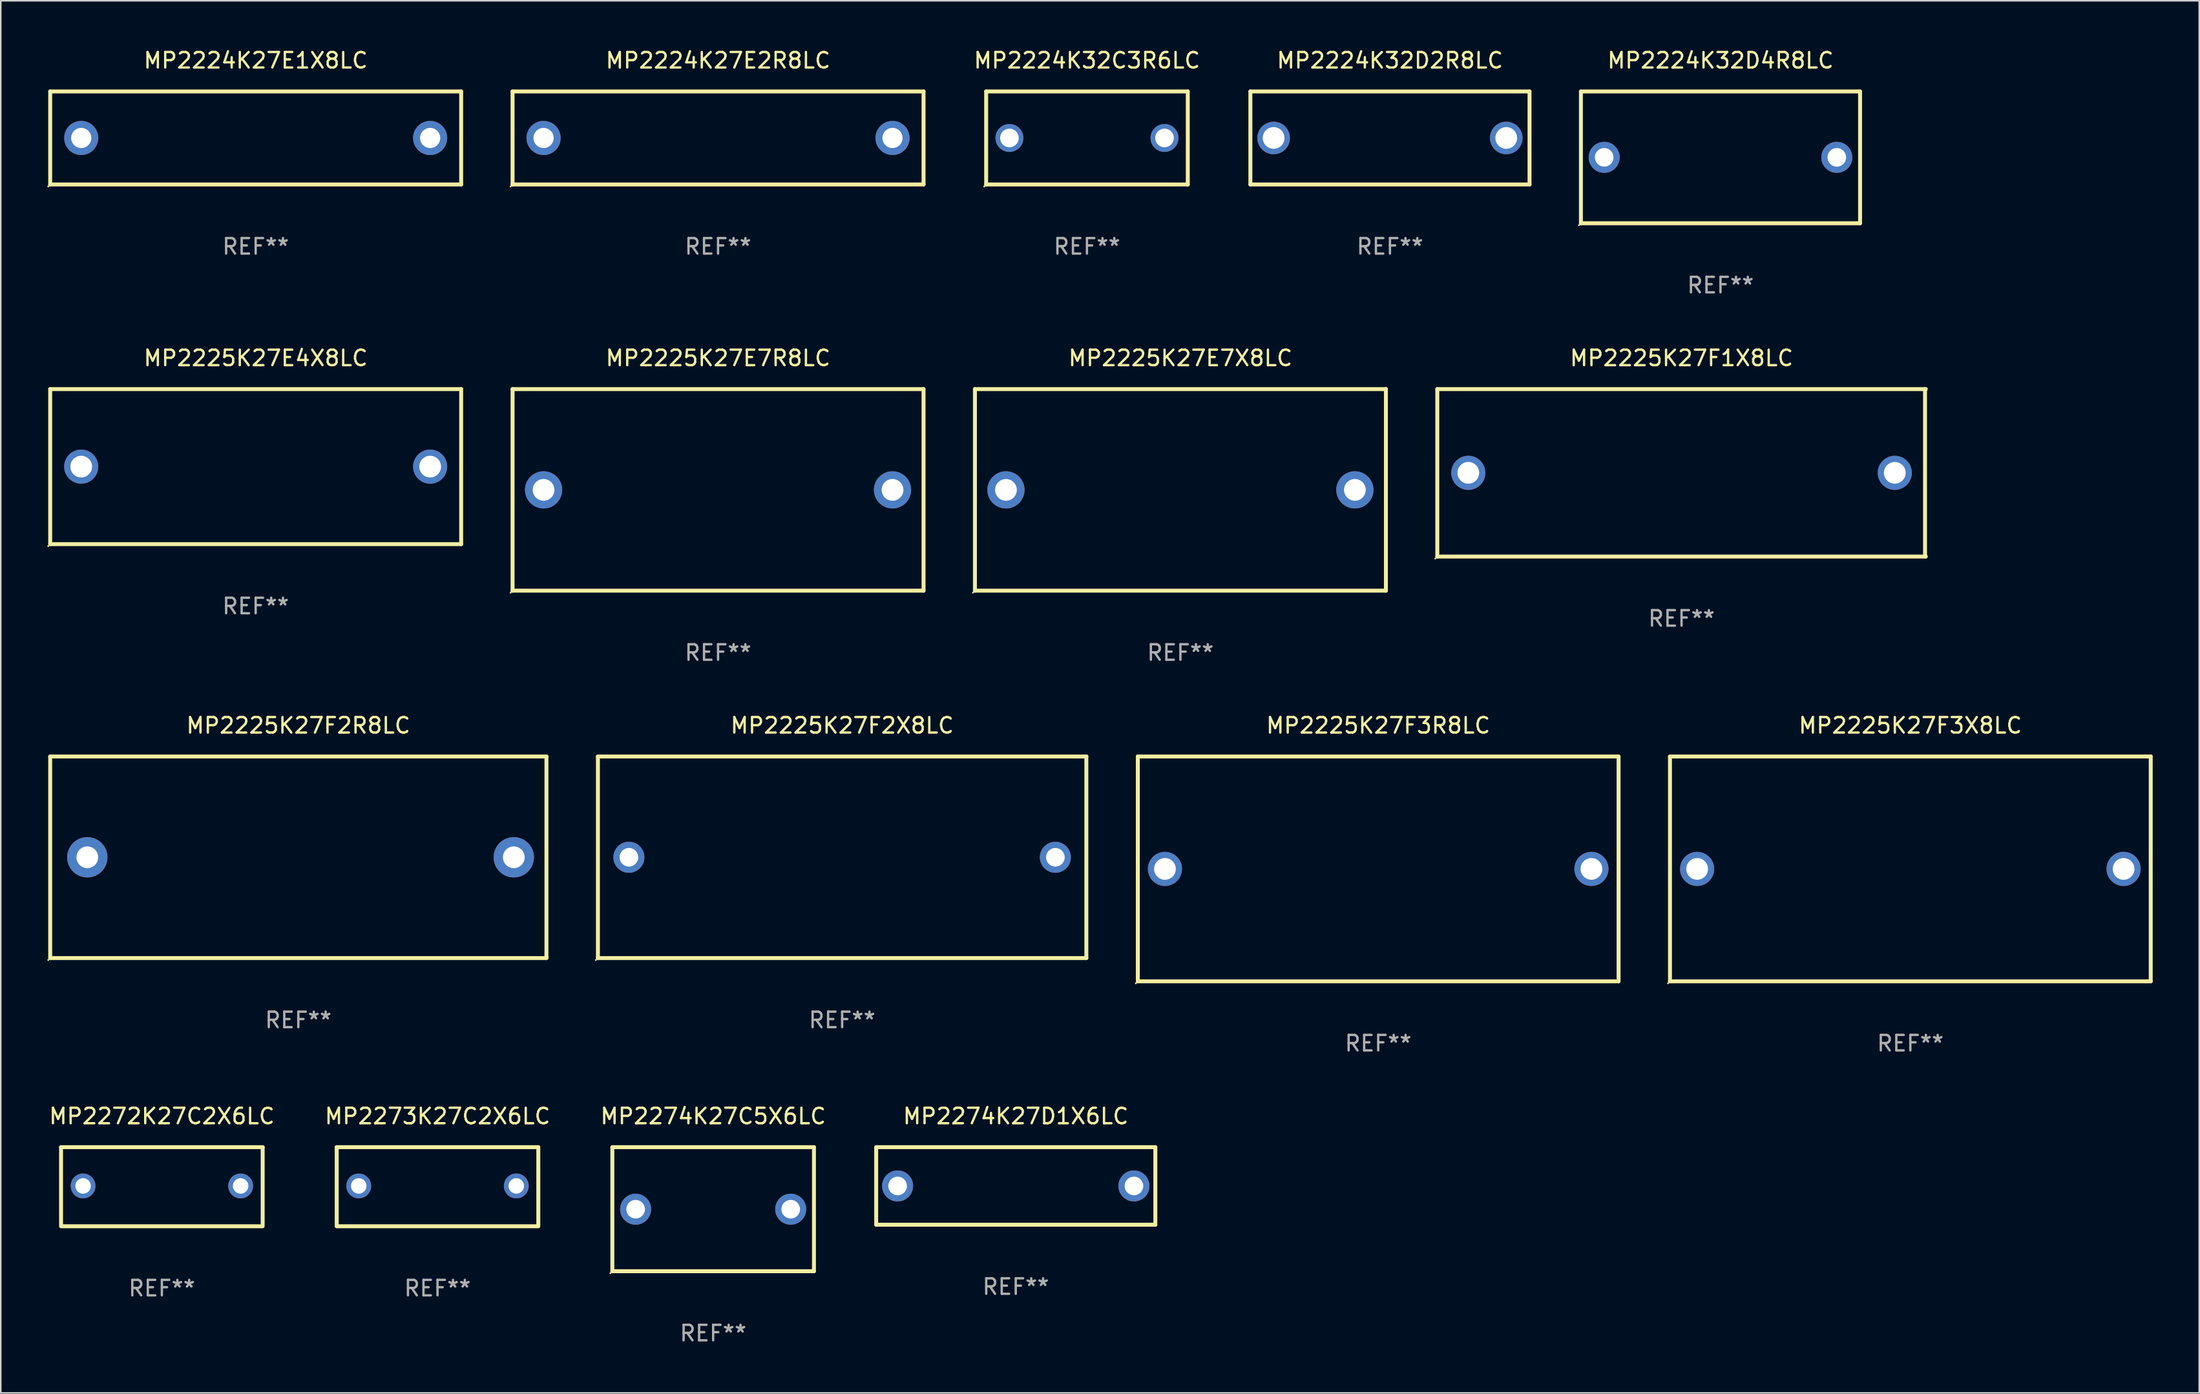
<source format=kicad_pcb>
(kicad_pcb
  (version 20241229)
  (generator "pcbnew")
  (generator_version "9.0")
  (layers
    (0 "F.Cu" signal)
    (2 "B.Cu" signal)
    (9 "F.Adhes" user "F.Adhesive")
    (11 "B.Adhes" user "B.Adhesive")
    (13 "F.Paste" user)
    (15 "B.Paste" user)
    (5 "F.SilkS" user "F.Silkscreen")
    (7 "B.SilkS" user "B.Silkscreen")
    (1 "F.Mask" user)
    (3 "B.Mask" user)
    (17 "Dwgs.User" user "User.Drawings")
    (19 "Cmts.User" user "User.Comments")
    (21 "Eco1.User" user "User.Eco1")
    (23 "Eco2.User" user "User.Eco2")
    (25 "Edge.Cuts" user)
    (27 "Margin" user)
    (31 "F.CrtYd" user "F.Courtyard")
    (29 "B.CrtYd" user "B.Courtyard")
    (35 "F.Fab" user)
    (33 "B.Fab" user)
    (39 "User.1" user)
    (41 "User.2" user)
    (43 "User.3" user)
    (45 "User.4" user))
  (footprint "MP2225K27F1X8LC"
    (layer "F.Cu")
    (at 105.379 27.445)
    (property "Reference" "MP2225K27F1X8LC" (at 0 -7.4 0) (layer "F.SilkS") (effects (font (size 1 1) (thickness 0.15))))
    (attr through_hole)
    (fp_line (start -15.75 -5.4) (end 15.75 -5.4) (stroke (width 0.254) (type solid)) (layer "F.SilkS"))
    (fp_line (start -15.75 5.4) (end -15.75 -5.4) (stroke (width 0.254) (type solid)) (layer "F.SilkS"))
    (fp_line (start 15.7 -5.4) (end 15.7 5.4) (stroke (width 0.254) (type solid)) (layer "F.SilkS"))
    (fp_line (start 15.75 5.4) (end -15.75 5.4) (stroke (width 0.254) (type solid)) (layer "F.SilkS"))
    (fp_circle (center -15.877 5.527) (end -15.847 5.527) (stroke (width 0.06) (type solid)) (fill no) (layer "F.SilkS"))
    (fp_text user "REF**" (at 0 9.4 0) (layer "F.Fab") (effects (font (size 1 1) (thickness 0.15))))
    (pad "1" thru_hole circle (at -13.75 0) (size 2.2 2.2) (drill 1.4) (layers "*.Cu" "*.Mask"))
    (pad "2" thru_hole circle (at 13.75 0) (size 2.2 2.2) (drill 1.4) (layers "*.Cu" "*.Mask")))
  (footprint "MP2225K27F2R8LC"
    (layer "F.Cu")
    (at 16.186 52.241)
    (property "Reference" "MP2225K27F2R8LC" (at 0 -8.5 0) (layer "F.SilkS") (effects (font (size 1 1) (thickness 0.15))))
    (attr through_hole)
    (fp_line (start -15.999 -6.5) (end -15.999 6.5) (stroke (width 0.254) (type solid)) (layer "F.SilkS"))
    (fp_line (start -15.999 -6.5) (end 15.999 -6.5) (stroke (width 0.254) (type solid)) (layer "F.SilkS"))
    (fp_line (start 15.999 -6.5) (end 15.999 6.5) (stroke (width 0.254) (type solid)) (layer "F.SilkS"))
    (fp_line (start 15.999 6.5) (end -15.999 6.5) (stroke (width 0.254) (type solid)) (layer "F.SilkS"))
    (fp_circle (center -16.126 6.627) (end -16.096 6.627) (stroke (width 0.06) (type solid)) (fill no) (layer "F.SilkS"))
    (fp_text user "REF**" (at 0 10.5 0) (layer "F.Fab") (effects (font (size 1 1) (thickness 0.15))))
    (pad "1" thru_hole circle (at -13.606 0) (size 2.6 2.6) (drill 1.4) (layers "*.Cu" "*.Mask"))
    (pad "2" thru_hole circle (at 13.894 0) (size 2.6 2.6) (drill 1.4) (layers "*.Cu" "*.Mask")))
  (footprint "MP2224K32C3R6LC"
    (layer "F.Cu")
    (at 67.039 5.848)
    (property "Reference" "MP2224K32C3R6LC" (at 0 -5 0) (layer "F.SilkS") (effects (font (size 1 1) (thickness 0.15))))
    (attr through_hole)
    (fp_line (start -6.5 -3) (end 6.5 -3) (stroke (width 0.254) (type solid)) (layer "F.SilkS"))
    (fp_line (start -6.5 3) (end -6.5 -3) (stroke (width 0.254) (type solid)) (layer "F.SilkS"))
    (fp_line (start -6.5 3) (end 6.5 3) (stroke (width 0.254) (type solid)) (layer "F.SilkS"))
    (fp_line (start 6.5 -3) (end 6.5 3) (stroke (width 0.254) (type solid)) (layer "F.SilkS"))
    (fp_circle (center -6.627 3.127) (end -6.597 3.127) (stroke (width 0.06) (type solid)) (fill no) (layer "F.SilkS"))
    (fp_text user "REF**" (at 0 7 0) (layer "F.Fab") (effects (font (size 1 1) (thickness 0.15))))
    (pad "1" thru_hole circle (at -5 0) (size 1.8 1.8) (drill 1.2) (layers "*.Cu" "*.Mask"))
    (pad "2" thru_hole circle (at 5 0) (size 1.8 1.8) (drill 1.2) (layers "*.Cu" "*.Mask")))
  (footprint "MP2274K27C5X6LC"
    (layer "F.Cu")
    (at 42.935 74.938)
    (property "Reference" "MP2274K27C5X6LC" (at 0 -6 0) (layer "F.SilkS") (effects (font (size 1 1) (thickness 0.15))))
    (attr through_hole)
    (fp_line (start -6.5 -4) (end -6.5 4) (stroke (width 0.254) (type solid)) (layer "F.SilkS"))
    (fp_line (start -6.5 -4) (end 6.5 -4) (stroke (width 0.254) (type solid)) (layer "F.SilkS"))
    (fp_line (start 6.5 4) (end -6.5 4) (stroke (width 0.254) (type solid)) (layer "F.SilkS"))
    (fp_line (start 6.5 4) (end 6.5 -4) (stroke (width 0.254) (type solid)) (layer "F.SilkS"))
    (fp_circle (center -6.627 4.127) (end -6.597 4.127) (stroke (width 0.06) (type solid)) (fill no) (layer "F.SilkS"))
    (fp_text user "REF**" (at 0 8 0) (layer "F.Fab") (effects (font (size 1 1) (thickness 0.15))))
    (pad "1" thru_hole circle (at -4.999 0) (size 2 2) (drill 1.2) (layers "*.Cu" "*.Mask"))
    (pad "2" thru_hole circle (at 5.001 0) (size 2 2) (drill 1.2) (layers "*.Cu" "*.Mask")))
  (footprint "MP2225K27E7X8LC"
    (layer "F.Cu")
    (at 73.065 28.545)
    (property "Reference" "MP2225K27E7X8LC" (at 0 -8.5 0) (layer "F.SilkS") (effects (font (size 1 1) (thickness 0.15))))
    (attr through_hole)
    (fp_line (start -13.25 -6.5) (end 13.25 -6.5) (stroke (width 0.254) (type solid)) (layer "F.SilkS"))
    (fp_line (start -13.25 6.5) (end -13.25 -6.5) (stroke (width 0.254) (type solid)) (layer "F.SilkS"))
    (fp_line (start 13.25 -6.5) (end 13.25 6.5) (stroke (width 0.254) (type solid)) (layer "F.SilkS"))
    (fp_line (start 13.25 6.5) (end -13.25 6.5) (stroke (width 0.254) (type solid)) (layer "F.SilkS"))
    (fp_circle (center -13.377 6.627) (end -13.347 6.627) (stroke (width 0.06) (type solid)) (fill no) (layer "F.SilkS"))
    (fp_text user "REF**" (at 0 10.5 0) (layer "F.Fab") (effects (font (size 1 1) (thickness 0.15))))
    (pad "1" thru_hole circle (at -11.25 0) (size 2.4 2.4) (drill 1.4) (layers "*.Cu" "*.Mask"))
    (pad "2" thru_hole circle (at 11.25 0) (size 2.4 2.4) (drill 1.4) (layers "*.Cu" "*.Mask")))
  (footprint "MP2272K27C2X6LC"
    (layer "F.Cu")
    (at 7.387 73.488)
    (property "Reference" "MP2272K27C2X6LC" (at 0 -4.55 0) (layer "F.SilkS") (effects (font (size 1 1) (thickness 0.15))))
    (attr through_hole)
    (fp_line (start -6.5 -2.55) (end 6.5 -2.55) (stroke (width 0.254) (type solid)) (layer "F.SilkS"))
    (fp_line (start -6.5 2.45) (end -6.5 -2.55) (stroke (width 0.254) (type solid)) (layer "F.SilkS"))
    (fp_line (start 6.5 -2.55) (end 6.5 2.45) (stroke (width 0.254) (type solid)) (layer "F.SilkS"))
    (fp_line (start 6.5 2.55) (end -6.5 2.55) (stroke (width 0.254) (type solid)) (layer "F.SilkS"))
    (fp_circle (center -6.5 2.45) (end -6.47 2.45) (stroke (width 0.06) (type solid)) (fill no) (layer "F.SilkS"))
    (fp_text user "REF**" (at 0 6.55 0) (layer "F.Fab") (effects (font (size 1 1) (thickness 0.15))))
    (pad "1" thru_hole circle (at -5.08 -0.05) (size 1.6 1.6) (drill 1) (layers "*.Cu" "*.Mask"))
    (pad "2" thru_hole circle (at 5.08 -0.05) (size 1.6 1.6) (drill 1) (layers "*.Cu" "*.Mask")))
  (footprint "MP2224K27E2R8LC"
    (layer "F.Cu")
    (at 43.251 5.848)
    (property "Reference" "MP2224K27E2R8LC" (at 0 -5 0) (layer "F.SilkS") (effects (font (size 1 1) (thickness 0.15))))
    (attr through_hole)
    (fp_line (start -13.25 -3) (end 13.25 -3) (stroke (width 0.254) (type solid)) (layer "F.SilkS"))
    (fp_line (start -13.25 3) (end -13.25 -3) (stroke (width 0.254) (type solid)) (layer "F.SilkS"))
    (fp_line (start 13.25 -3) (end 13.25 3) (stroke (width 0.254) (type solid)) (layer "F.SilkS"))
    (fp_line (start 13.25 3) (end -13.25 3) (stroke (width 0.254) (type solid)) (layer "F.SilkS"))
    (fp_circle (center -13.377 3.127) (end -13.347 3.127) (stroke (width 0.06) (type solid)) (fill no) (layer "F.SilkS"))
    (fp_text user "REF**" (at 0 7 0) (layer "F.Fab") (effects (font (size 1 1) (thickness 0.15))))
    (pad "1" thru_hole circle (at -11.25 0) (size 2.2 2.2) (drill 1.3) (layers "*.Cu" "*.Mask"))
    (pad "2" thru_hole circle (at 11.25 0) (size 2.2 2.2) (drill 1.3) (layers "*.Cu" "*.Mask")))
  (footprint "MP2224K32D2R8LC"
    (layer "F.Cu")
    (at 86.576 5.848)
    (property "Reference" "MP2224K32D2R8LC" (at 0 -5 0) (layer "F.SilkS") (effects (font (size 1 1) (thickness 0.15))))
    (attr through_hole)
    (fp_line (start -9 -3) (end 9 -3) (stroke (width 0.254) (type solid)) (layer "F.SilkS"))
    (fp_line (start -9 3) (end -9 -3) (stroke (width 0.254) (type solid)) (layer "F.SilkS"))
    (fp_line (start 9 -3) (end 9 3) (stroke (width 0.254) (type solid)) (layer "F.SilkS"))
    (fp_line (start 9 3) (end -9 3) (stroke (width 0.254) (type solid)) (layer "F.SilkS"))
    (fp_circle (center -9 3) (end -8.97 3) (stroke (width 0.06) (type solid)) (fill no) (layer "F.SilkS"))
    (fp_text user "REF**" (at 0 7 0) (layer "F.Fab") (effects (font (size 1 1) (thickness 0.15))))
    (pad "1" thru_hole circle (at -7.5 0) (size 2.1 2.1) (drill 1.4) (layers "*.Cu" "*.Mask"))
    (pad "2" thru_hole circle (at 7.5 0) (size 2.1 2.1) (drill 1.4) (layers "*.Cu" "*.Mask")))
  (footprint "MP2225K27F3X8LC"
    (layer "F.Cu")
    (at 120.132 52.991)
    (property "Reference" "MP2225K27F3X8LC" (at 0 -9.25 0) (layer "F.SilkS") (effects (font (size 1 1) (thickness 0.15))))
    (attr through_hole)
    (fp_line (start -15.5 -7.25) (end 15.5 -7.25) (stroke (width 0.254) (type solid)) (layer "F.SilkS"))
    (fp_line (start -15.5 7.25) (end -15.5 -7.25) (stroke (width 0.254) (type solid)) (layer "F.SilkS"))
    (fp_line (start 15.5 -7.25) (end 15.5 7.25) (stroke (width 0.254) (type solid)) (layer "F.SilkS"))
    (fp_line (start 15.5 7.25) (end -15.5 7.25) (stroke (width 0.254) (type solid)) (layer "F.SilkS"))
    (fp_circle (center -15.627 7.377) (end -15.597 7.377) (stroke (width 0.06) (type solid)) (fill no) (layer "F.SilkS"))
    (fp_text user "REF**" (at 0 11.25 0) (layer "F.Fab") (effects (font (size 1 1) (thickness 0.15))))
    (pad "1" thru_hole circle (at -13.75 -0.000013) (size 2.2 2.2) (drill 1.4) (layers "*.Cu" "*.Mask"))
    (pad "2" thru_hole circle (at 13.75 -0.000013) (size 2.2 2.2) (drill 1.4) (layers "*.Cu" "*.Mask")))
  (footprint "MP2273K27C2X6LC"
    (layer "F.Cu")
    (at 25.161 73.488)
    (property "Reference" "MP2273K27C2X6LC" (at 0 -4.55 0) (layer "F.SilkS") (effects (font (size 1 1) (thickness 0.15))))
    (attr through_hole)
    (fp_line (start -6.5 -2.55) (end 6.5 -2.55) (stroke (width 0.254) (type solid)) (layer "F.SilkS"))
    (fp_line (start -6.5 2.45) (end -6.5 -2.55) (stroke (width 0.254) (type solid)) (layer "F.SilkS"))
    (fp_line (start 6.5 -2.55) (end 6.5 2.45) (stroke (width 0.254) (type solid)) (layer "F.SilkS"))
    (fp_line (start 6.5 2.55) (end -6.5 2.55) (stroke (width 0.254) (type solid)) (layer "F.SilkS"))
    (fp_circle (center -6.5 2.45) (end -6.47 2.45) (stroke (width 0.06) (type solid)) (fill no) (layer "F.SilkS"))
    (fp_text user "REF**" (at 0 6.55 0) (layer "F.Fab") (effects (font (size 1 1) (thickness 0.15))))
    (pad "1" thru_hole circle (at -5.08 -0.05) (size 1.6 1.6) (drill 1) (layers "*.Cu" "*.Mask"))
    (pad "2" thru_hole circle (at 5.08 -0.05) (size 1.6 1.6) (drill 1) (layers "*.Cu" "*.Mask")))
  (footprint "MP2224K27E1X8LC"
    (layer "F.Cu")
    (at 13.437 5.848)
    (property "Reference" "MP2224K27E1X8LC" (at 0 -5 0) (layer "F.SilkS") (effects (font (size 1 1) (thickness 0.15))))
    (attr through_hole)
    (fp_line (start -13.25 -3) (end 13.25 -3) (stroke (width 0.254) (type solid)) (layer "F.SilkS"))
    (fp_line (start -13.25 3) (end -13.25 -3) (stroke (width 0.254) (type solid)) (layer "F.SilkS"))
    (fp_line (start 13.25 -3) (end 13.25 3) (stroke (width 0.254) (type solid)) (layer "F.SilkS"))
    (fp_line (start 13.25 3) (end -13.25 3) (stroke (width 0.254) (type solid)) (layer "F.SilkS"))
    (fp_circle (center -13.377 3.127) (end -13.347 3.127) (stroke (width 0.06) (type solid)) (fill no) (layer "F.SilkS"))
    (fp_text user "REF**" (at 0 7 0) (layer "F.Fab") (effects (font (size 1 1) (thickness 0.15))))
    (pad "1" thru_hole circle (at -11.25 0) (size 2.2 2.2) (drill 1.3) (layers "*.Cu" "*.Mask"))
    (pad "2" thru_hole circle (at 11.25 0) (size 2.2 2.2) (drill 1.3) (layers "*.Cu" "*.Mask")))
  (footprint "MP2225K27E4X8LC"
    (layer "F.Cu")
    (at 13.437 27.045)
    (property "Reference" "MP2225K27E4X8LC" (at 0 -7 0) (layer "F.SilkS") (effects (font (size 1 1) (thickness 0.15))))
    (attr through_hole)
    (fp_line (start -13.25 -5) (end 13.25 -5) (stroke (width 0.254) (type solid)) (layer "F.SilkS"))
    (fp_line (start -13.25 5) (end -13.25 -5) (stroke (width 0.254) (type solid)) (layer "F.SilkS"))
    (fp_line (start 13.25 -5) (end 13.25 5) (stroke (width 0.254) (type solid)) (layer "F.SilkS"))
    (fp_line (start 13.25 5) (end -13.25 5) (stroke (width 0.254) (type solid)) (layer "F.SilkS"))
    (fp_circle (center -13.377 5.127) (end -13.347 5.127) (stroke (width 0.06) (type solid)) (fill no) (layer "F.SilkS"))
    (fp_text user "REF**" (at 0 9 0) (layer "F.Fab") (effects (font (size 1 1) (thickness 0.15))))
    (pad "1" thru_hole circle (at -11.25 0) (size 2.2 2.2) (drill 1.4) (layers "*.Cu" "*.Mask"))
    (pad "2" thru_hole circle (at 11.25 0) (size 2.2 2.2) (drill 1.4) (layers "*.Cu" "*.Mask")))
  (footprint "MP2225K27F2X8LC"
    (layer "F.Cu")
    (at 51.252 52.241)
    (property "Reference" "MP2225K27F2X8LC" (at 0 -8.5 0) (layer "F.SilkS") (effects (font (size 1 1) (thickness 0.15))))
    (attr through_hole)
    (fp_line (start -15.748 -6.5) (end 15.752 -6.5) (stroke (width 0.254) (type solid)) (layer "F.SilkS"))
    (fp_line (start -15.748 6.5) (end -15.748 -6.5) (stroke (width 0.254) (type solid)) (layer "F.SilkS"))
    (fp_line (start 15.748 -6.5) (end 15.748 6.5) (stroke (width 0.254) (type solid)) (layer "F.SilkS"))
    (fp_line (start 15.748 6.5) (end -15.752 6.5) (stroke (width 0.254) (type solid)) (layer "F.SilkS"))
    (fp_circle (center -15.879 6.627) (end -15.849 6.627) (stroke (width 0.06) (type solid)) (fill no) (layer "F.SilkS"))
    (fp_text user "REF**" (at 0 10.5 0) (layer "F.Fab") (effects (font (size 1 1) (thickness 0.15))))
    (pad "1" thru_hole circle (at -13.75 0) (size 2 2) (drill 1.2) (layers "*.Cu" "*.Mask"))
    (pad "2" thru_hole circle (at 13.75 0) (size 2 2) (drill 1.2) (layers "*.Cu" "*.Mask")))
  (footprint "MP2224K32D4R8LC"
    (layer "F.Cu")
    (at 107.89 7.098)
    (property "Reference" "MP2224K32D4R8LC" (at 0 -6.25 0) (layer "F.SilkS") (effects (font (size 1 1) (thickness 0.15))))
    (attr through_hole)
    (fp_line (start -9 -4.25) (end -9 4.25) (stroke (width 0.254) (type solid)) (layer "F.SilkS"))
    (fp_line (start -9 -4.25) (end 9 -4.25) (stroke (width 0.254) (type solid)) (layer "F.SilkS"))
    (fp_line (start 9 4.25) (end -9 4.25) (stroke (width 0.254) (type solid)) (layer "F.SilkS"))
    (fp_line (start 9 4.25) (end 9 -4.25) (stroke (width 0.254) (type solid)) (layer "F.SilkS"))
    (fp_circle (center -9.127 4.377) (end -9.097 4.377) (stroke (width 0.06) (type solid)) (fill no) (layer "F.SilkS"))
    (fp_text user "REF**" (at 0 8.25 0) (layer "F.Fab") (effects (font (size 1 1) (thickness 0.15))))
    (pad "1" thru_hole circle (at -7.5 0) (size 2 2) (drill 1.2) (layers "*.Cu" "*.Mask"))
    (pad "2" thru_hole circle (at 7.5 0) (size 2 2) (drill 1.2) (layers "*.Cu" "*.Mask")))
  (footprint "MP2225K27F3R8LC"
    (layer "F.Cu")
    (at 85.818 52.991)
    (property "Reference" "MP2225K27F3R8LC" (at 0 -9.25 0) (layer "F.SilkS") (effects (font (size 1 1) (thickness 0.15))))
    (attr through_hole)
    (fp_line (start -15.5 -7.25) (end 15.5 -7.25) (stroke (width 0.254) (type solid)) (layer "F.SilkS"))
    (fp_line (start -15.5 7.25) (end -15.5 -7.25) (stroke (width 0.254) (type solid)) (layer "F.SilkS"))
    (fp_line (start 15.5 -7.25) (end 15.5 7.25) (stroke (width 0.254) (type solid)) (layer "F.SilkS"))
    (fp_line (start 15.5 7.25) (end -15.5 7.25) (stroke (width 0.254) (type solid)) (layer "F.SilkS"))
    (fp_circle (center -15.627 7.377) (end -15.597 7.377) (stroke (width 0.06) (type solid)) (fill no) (layer "F.SilkS"))
    (fp_text user "REF**" (at 0 11.25 0) (layer "F.Fab") (effects (font (size 1 1) (thickness 0.15))))
    (pad "1" thru_hole circle (at -13.75 -0.000013) (size 2.2 2.2) (drill 1.4) (layers "*.Cu" "*.Mask"))
    (pad "2" thru_hole circle (at 13.75 -0.000013) (size 2.2 2.2) (drill 1.4) (layers "*.Cu" "*.Mask")))
  (footprint "MP2225K27E7R8LC"
    (layer "F.Cu")
    (at 43.251 28.545)
    (property "Reference" "MP2225K27E7R8LC" (at 0 -8.5 0) (layer "F.SilkS") (effects (font (size 1 1) (thickness 0.15))))
    (attr through_hole)
    (fp_line (start -13.25 -6.5) (end 13.25 -6.5) (stroke (width 0.254) (type solid)) (layer "F.SilkS"))
    (fp_line (start -13.25 6.5) (end -13.25 -6.5) (stroke (width 0.254) (type solid)) (layer "F.SilkS"))
    (fp_line (start 13.25 -6.5) (end 13.25 6.5) (stroke (width 0.254) (type solid)) (layer "F.SilkS"))
    (fp_line (start 13.25 6.5) (end -13.25 6.5) (stroke (width 0.254) (type solid)) (layer "F.SilkS"))
    (fp_circle (center -13.377 6.627) (end -13.347 6.627) (stroke (width 0.06) (type solid)) (fill no) (layer "F.SilkS"))
    (fp_text user "REF**" (at 0 10.5 0) (layer "F.Fab") (effects (font (size 1 1) (thickness 0.15))))
    (pad "1" thru_hole circle (at -11.25 0) (size 2.4 2.4) (drill 1.4) (layers "*.Cu" "*.Mask"))
    (pad "2" thru_hole circle (at 11.25 0) (size 2.4 2.4) (drill 1.4) (layers "*.Cu" "*.Mask")))
  (footprint "MP2274K27D1X6LC"
    (layer "F.Cu")
    (at 62.448 73.438)
    (property "Reference" "MP2274K27D1X6LC" (at 0 -4.5 0) (layer "F.SilkS") (effects (font (size 1 1) (thickness 0.15))))
    (attr through_hole)
    (fp_line (start -9 -2.5) (end 9 -2.5) (stroke (width 0.254) (type solid)) (layer "F.SilkS"))
    (fp_line (start -9 2.5) (end -9 -2.5) (stroke (width 0.254) (type solid)) (layer "F.SilkS"))
    (fp_line (start 9 -2.5) (end 9 2.5) (stroke (width 0.254) (type solid)) (layer "F.SilkS"))
    (fp_line (start 9 2.5) (end -9 2.5) (stroke (width 0.254) (type solid)) (layer "F.SilkS"))
    (fp_circle (center -9 2.5) (end -8.97 2.5) (stroke (width 0.06) (type solid)) (fill no) (layer "F.SilkS"))
    (fp_text user "REF**" (at 0 6.5 0) (layer "F.Fab") (effects (font (size 1 1) (thickness 0.15))))
    (pad "1" thru_hole circle (at -7.62 -0.000127) (size 2 2) (drill 1.2) (layers "*.Cu" "*.Mask"))
    (pad "2" thru_hole circle (at 7.62 -0.000127) (size 2 2) (drill 1.2) (layers "*.Cu" "*.Mask")))
  (gr_rect
    (start -3 -3)
    (end 138.759 86.786)
    (stroke (width 0.1) (type default))
    (fill no)
    (layer "Edge.Cuts")))
</source>
